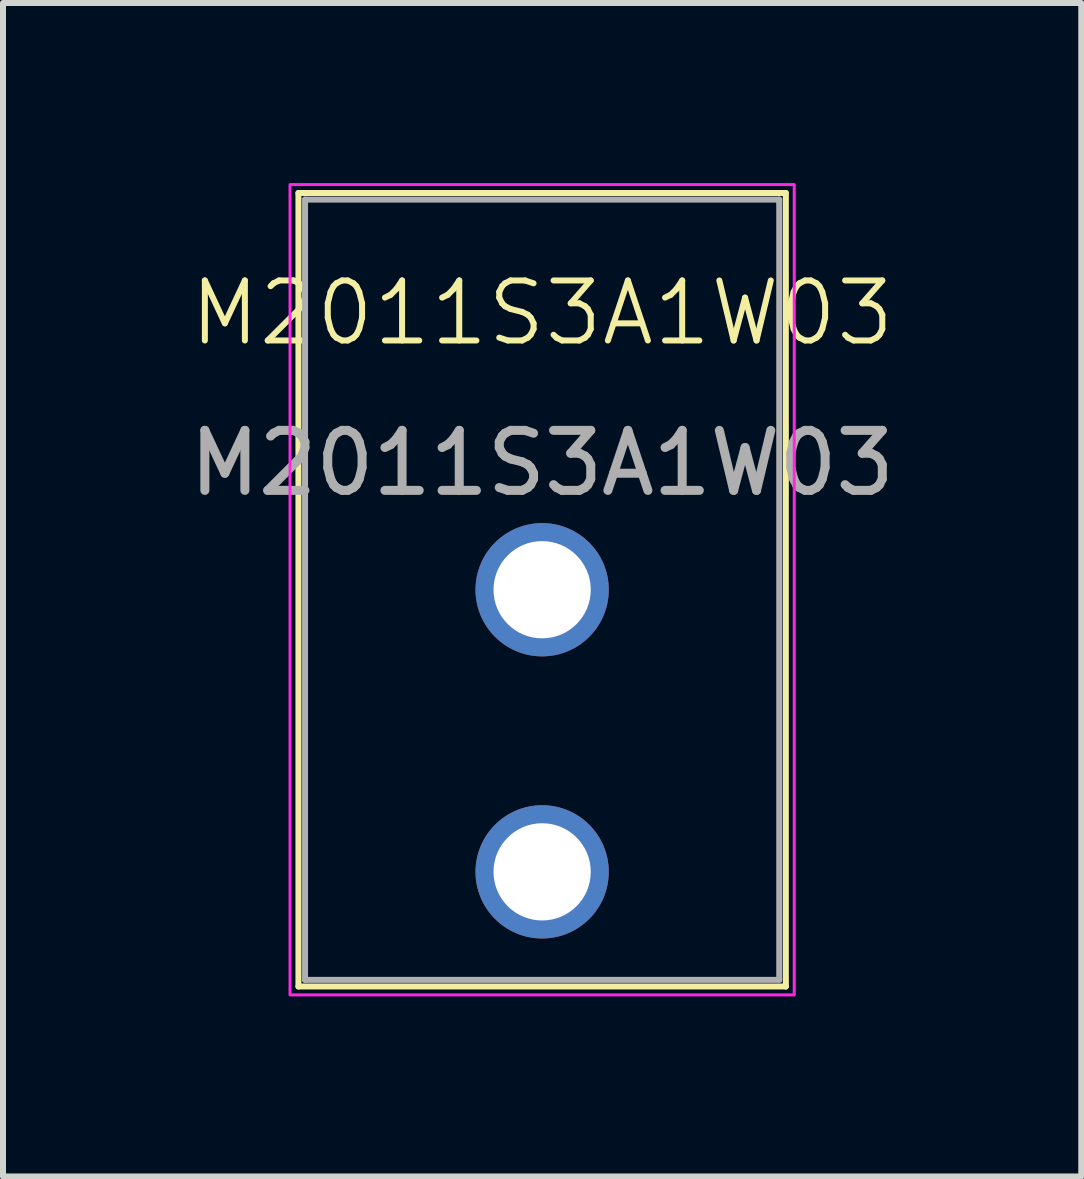
<source format=kicad_pcb>
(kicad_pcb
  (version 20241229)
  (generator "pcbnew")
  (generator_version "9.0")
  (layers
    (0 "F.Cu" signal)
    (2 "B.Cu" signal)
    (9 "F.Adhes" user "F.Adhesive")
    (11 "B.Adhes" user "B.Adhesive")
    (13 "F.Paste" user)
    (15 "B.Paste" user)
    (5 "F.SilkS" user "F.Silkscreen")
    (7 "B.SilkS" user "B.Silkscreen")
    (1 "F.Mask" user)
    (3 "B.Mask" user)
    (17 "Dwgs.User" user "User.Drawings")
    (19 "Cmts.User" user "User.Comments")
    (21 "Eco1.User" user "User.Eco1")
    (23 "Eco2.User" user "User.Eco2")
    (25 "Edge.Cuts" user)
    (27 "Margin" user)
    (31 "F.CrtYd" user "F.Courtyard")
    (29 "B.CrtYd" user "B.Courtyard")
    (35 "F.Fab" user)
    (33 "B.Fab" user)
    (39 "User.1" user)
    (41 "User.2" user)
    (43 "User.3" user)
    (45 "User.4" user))
  (footprint "M2011S3A1W03"
    (layer "F.Cu")
    (at 5.982 2.075)
    (property "Reference" "M2011S3A1W03" (at 0 0.09 0) (unlocked yes) (layer "F.SilkS") (effects (font (size 1 1) (thickness 0.1))))
    (attr through_hole)
    (fp_line (start -4.06 -1.91) (end 4.06 -1.91) (stroke (width 0.1) (type default)) (layer "F.SilkS"))
    (fp_line (start -4.06 11.31) (end -4.06 -1.91) (stroke (width 0.1) (type default)) (layer "F.SilkS"))
    (fp_line (start 4.06 -1.91) (end 4.06 11.31) (stroke (width 0.1) (type default)) (layer "F.SilkS"))
    (fp_line (start 4.06 11.31) (end -4.06 11.31) (stroke (width 0.1) (type default)) (layer "F.SilkS"))
    (fp_rect (start -4.2 -2.05) (end 4.2 11.45) (stroke (width 0.05) (type solid)) (fill no) (layer "F.CrtYd"))
    (fp_line (start -3.95 -1.8) (end -3.95 11.2) (stroke (width 0.1) (type default)) (layer "F.Fab"))
    (fp_line (start -3.95 11.2) (end 3.95 11.2) (stroke (width 0.1) (type default)) (layer "F.Fab"))
    (fp_line (start 3.95 -1.8) (end -3.95 -1.8) (stroke (width 0.1) (type default)) (layer "F.Fab"))
    (fp_line (start 3.95 11.2) (end 3.95 -1.8) (stroke (width 0.1) (type default)) (layer "F.Fab"))
    (fp_text user "${REFERENCE}" (at 0 2.59 0) (unlocked yes) (layer "F.Fab") (effects (font (size 1 1) (thickness 0.15))))
    (pad "2" thru_hole circle (at 0 4.7) (size 2.22 2.22) (drill 1.62) (layers "*.Cu" "*.Mask"))
    (pad "3" thru_hole circle (at 0 9.4) (size 2.22 2.22) (drill 1.62) (layers "*.Cu" "*.Mask")))
  (gr_rect
    (start -3 -3)
    (end 14.964 16.55)
    (stroke (width 0.1) (type default))
    (fill no)
    (layer "Edge.Cuts")))
</source>
